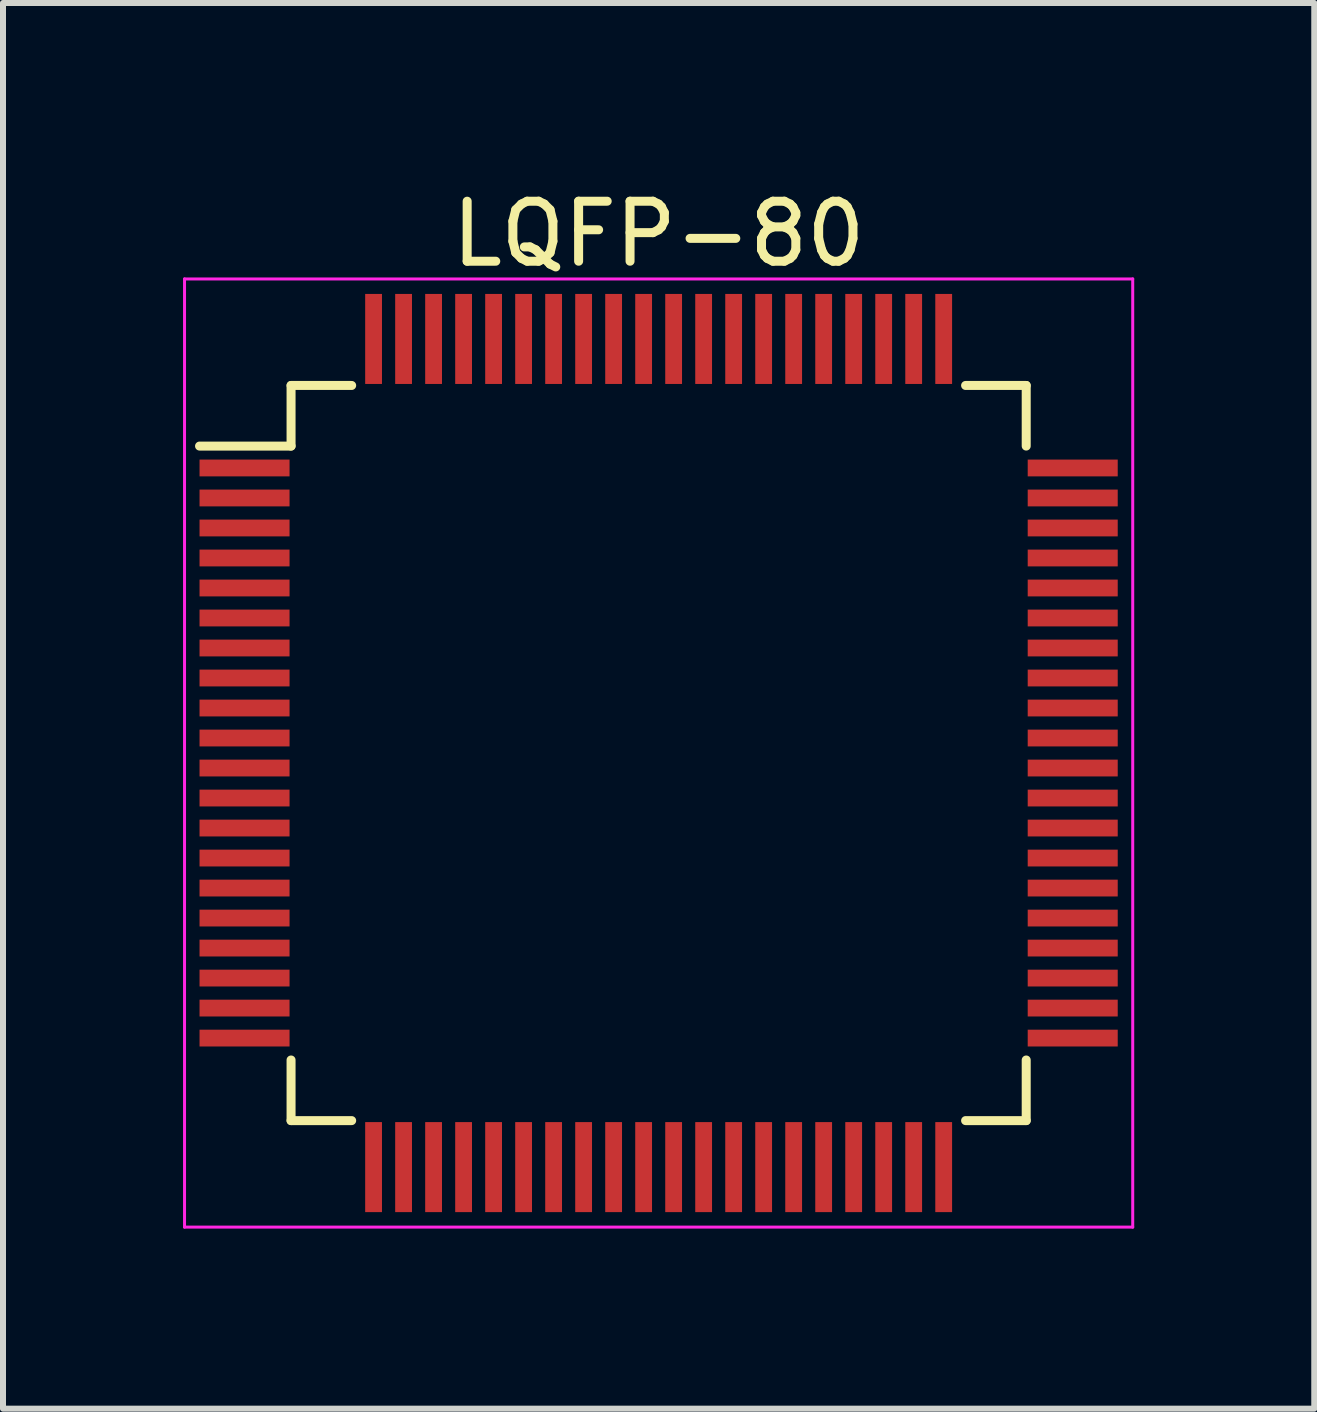
<source format=kicad_pcb>
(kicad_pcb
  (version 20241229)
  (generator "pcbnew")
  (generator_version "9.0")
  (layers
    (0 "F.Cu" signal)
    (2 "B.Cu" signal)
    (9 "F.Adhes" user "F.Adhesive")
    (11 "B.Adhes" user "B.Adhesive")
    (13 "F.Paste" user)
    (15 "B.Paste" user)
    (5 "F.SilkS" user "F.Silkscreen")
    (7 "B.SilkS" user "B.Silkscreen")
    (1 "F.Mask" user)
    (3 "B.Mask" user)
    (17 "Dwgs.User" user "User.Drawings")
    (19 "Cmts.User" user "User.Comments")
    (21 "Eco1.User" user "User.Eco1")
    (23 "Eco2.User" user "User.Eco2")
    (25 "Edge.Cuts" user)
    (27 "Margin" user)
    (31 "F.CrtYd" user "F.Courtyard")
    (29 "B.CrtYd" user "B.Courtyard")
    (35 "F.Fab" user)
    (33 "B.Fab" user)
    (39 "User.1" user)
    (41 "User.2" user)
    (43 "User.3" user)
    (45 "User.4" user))
  (footprint "LQFP-80"
    (layer "F.Cu")
    (at 7.925 9.498)
    (property "Reference" "LQFP-80" (at 0 -8.65 0) (layer "F.SilkS") (effects (font (size 1 1) (thickness 0.15))))
    (attr smd)
    (fp_line (start -6.125 -6.125) (end -6.125 -5.115) (stroke (width 0.15) (type solid)) (layer "F.SilkS"))
    (fp_line (start -6.125 -6.125) (end -5.115 -6.125) (stroke (width 0.15) (type solid)) (layer "F.SilkS"))
    (fp_line (start -6.125 -5.115) (end -7.65 -5.115) (stroke (width 0.15) (type solid)) (layer "F.SilkS"))
    (fp_line (start -6.125 6.125) (end -6.125 5.115) (stroke (width 0.15) (type solid)) (layer "F.SilkS"))
    (fp_line (start -6.125 6.125) (end -5.115 6.125) (stroke (width 0.15) (type solid)) (layer "F.SilkS"))
    (fp_line (start 6.125 -6.125) (end 5.115 -6.125) (stroke (width 0.15) (type solid)) (layer "F.SilkS"))
    (fp_line (start 6.125 -6.125) (end 6.125 -5.115) (stroke (width 0.15) (type solid)) (layer "F.SilkS"))
    (fp_line (start 6.125 6.125) (end 5.115 6.125) (stroke (width 0.15) (type solid)) (layer "F.SilkS"))
    (fp_line (start 6.125 6.125) (end 6.125 5.115) (stroke (width 0.15) (type solid)) (layer "F.SilkS"))
    (fp_line (start -7.9 -7.9) (end -7.9 7.9) (stroke (width 0.05) (type solid)) (layer "F.CrtYd"))
    (fp_line (start -7.9 -7.9) (end 7.9 -7.9) (stroke (width 0.05) (type solid)) (layer "F.CrtYd"))
    (fp_line (start -7.9 7.9) (end 7.9 7.9) (stroke (width 0.05) (type solid)) (layer "F.CrtYd"))
    (fp_line (start 7.9 -7.9) (end 7.9 7.9) (stroke (width 0.05) (type solid)) (layer "F.CrtYd"))
    (pad "1" smd rect (at -6.9 -4.75) (size 1.5 0.28) (layers "F.Cu" "F.Mask" "F.Paste"))
    (pad "2" smd rect (at -6.9 -4.25) (size 1.5 0.28) (layers "F.Cu" "F.Mask" "F.Paste"))
    (pad "3" smd rect (at -6.9 -3.75) (size 1.5 0.28) (layers "F.Cu" "F.Mask" "F.Paste"))
    (pad "4" smd rect (at -6.9 -3.25) (size 1.5 0.28) (layers "F.Cu" "F.Mask" "F.Paste"))
    (pad "5" smd rect (at -6.9 -2.75) (size 1.5 0.28) (layers "F.Cu" "F.Mask" "F.Paste"))
    (pad "6" smd rect (at -6.9 -2.25) (size 1.5 0.28) (layers "F.Cu" "F.Mask" "F.Paste"))
    (pad "7" smd rect (at -6.9 -1.75) (size 1.5 0.28) (layers "F.Cu" "F.Mask" "F.Paste"))
    (pad "8" smd rect (at -6.9 -1.25) (size 1.5 0.28) (layers "F.Cu" "F.Mask" "F.Paste"))
    (pad "9" smd rect (at -6.9 -0.75) (size 1.5 0.28) (layers "F.Cu" "F.Mask" "F.Paste"))
    (pad "10" smd rect (at -6.9 -0.25) (size 1.5 0.28) (layers "F.Cu" "F.Mask" "F.Paste"))
    (pad "11" smd rect (at -6.9 0.25) (size 1.5 0.28) (layers "F.Cu" "F.Mask" "F.Paste"))
    (pad "12" smd rect (at -6.9 0.75) (size 1.5 0.28) (layers "F.Cu" "F.Mask" "F.Paste"))
    (pad "13" smd rect (at -6.9 1.25) (size 1.5 0.28) (layers "F.Cu" "F.Mask" "F.Paste"))
    (pad "14" smd rect (at -6.9 1.75) (size 1.5 0.28) (layers "F.Cu" "F.Mask" "F.Paste"))
    (pad "15" smd rect (at -6.9 2.25) (size 1.5 0.28) (layers "F.Cu" "F.Mask" "F.Paste"))
    (pad "16" smd rect (at -6.9 2.75) (size 1.5 0.28) (layers "F.Cu" "F.Mask" "F.Paste"))
    (pad "17" smd rect (at -6.9 3.25) (size 1.5 0.28) (layers "F.Cu" "F.Mask" "F.Paste"))
    (pad "18" smd rect (at -6.9 3.75) (size 1.5 0.28) (layers "F.Cu" "F.Mask" "F.Paste"))
    (pad "19" smd rect (at -6.9 4.25) (size 1.5 0.28) (layers "F.Cu" "F.Mask" "F.Paste"))
    (pad "20" smd rect (at -6.9 4.75) (size 1.5 0.28) (layers "F.Cu" "F.Mask" "F.Paste"))
    (pad "21" smd rect (at -4.75 6.9 90) (size 1.5 0.28) (layers "F.Cu" "F.Mask" "F.Paste"))
    (pad "22" smd rect (at -4.25 6.9 90) (size 1.5 0.28) (layers "F.Cu" "F.Mask" "F.Paste"))
    (pad "23" smd rect (at -3.75 6.9 90) (size 1.5 0.28) (layers "F.Cu" "F.Mask" "F.Paste"))
    (pad "24" smd rect (at -3.25 6.9 90) (size 1.5 0.28) (layers "F.Cu" "F.Mask" "F.Paste"))
    (pad "25" smd rect (at -2.75 6.9 90) (size 1.5 0.28) (layers "F.Cu" "F.Mask" "F.Paste"))
    (pad "26" smd rect (at -2.25 6.9 90) (size 1.5 0.28) (layers "F.Cu" "F.Mask" "F.Paste"))
    (pad "27" smd rect (at -1.75 6.9 90) (size 1.5 0.28) (layers "F.Cu" "F.Mask" "F.Paste"))
    (pad "28" smd rect (at -1.25 6.9 90) (size 1.5 0.28) (layers "F.Cu" "F.Mask" "F.Paste"))
    (pad "29" smd rect (at -0.75 6.9 90) (size 1.5 0.28) (layers "F.Cu" "F.Mask" "F.Paste"))
    (pad "30" smd rect (at -0.25 6.9 90) (size 1.5 0.28) (layers "F.Cu" "F.Mask" "F.Paste"))
    (pad "31" smd rect (at 0.25 6.9 90) (size 1.5 0.28) (layers "F.Cu" "F.Mask" "F.Paste"))
    (pad "32" smd rect (at 0.75 6.9 90) (size 1.5 0.28) (layers "F.Cu" "F.Mask" "F.Paste"))
    (pad "33" smd rect (at 1.25 6.9 90) (size 1.5 0.28) (layers "F.Cu" "F.Mask" "F.Paste"))
    (pad "34" smd rect (at 1.75 6.9 90) (size 1.5 0.28) (layers "F.Cu" "F.Mask" "F.Paste"))
    (pad "35" smd rect (at 2.25 6.9 90) (size 1.5 0.28) (layers "F.Cu" "F.Mask" "F.Paste"))
    (pad "36" smd rect (at 2.75 6.9 90) (size 1.5 0.28) (layers "F.Cu" "F.Mask" "F.Paste"))
    (pad "37" smd rect (at 3.25 6.9 90) (size 1.5 0.28) (layers "F.Cu" "F.Mask" "F.Paste"))
    (pad "38" smd rect (at 3.75 6.9 90) (size 1.5 0.28) (layers "F.Cu" "F.Mask" "F.Paste"))
    (pad "39" smd rect (at 4.25 6.9 90) (size 1.5 0.28) (layers "F.Cu" "F.Mask" "F.Paste"))
    (pad "40" smd rect (at 4.75 6.9 90) (size 1.5 0.28) (layers "F.Cu" "F.Mask" "F.Paste"))
    (pad "41" smd rect (at 6.9 4.75) (size 1.5 0.28) (layers "F.Cu" "F.Mask" "F.Paste"))
    (pad "42" smd rect (at 6.9 4.25) (size 1.5 0.28) (layers "F.Cu" "F.Mask" "F.Paste"))
    (pad "43" smd rect (at 6.9 3.75) (size 1.5 0.28) (layers "F.Cu" "F.Mask" "F.Paste"))
    (pad "44" smd rect (at 6.9 3.25) (size 1.5 0.28) (layers "F.Cu" "F.Mask" "F.Paste"))
    (pad "45" smd rect (at 6.9 2.75) (size 1.5 0.28) (layers "F.Cu" "F.Mask" "F.Paste"))
    (pad "46" smd rect (at 6.9 2.25) (size 1.5 0.28) (layers "F.Cu" "F.Mask" "F.Paste"))
    (pad "47" smd rect (at 6.9 1.75) (size 1.5 0.28) (layers "F.Cu" "F.Mask" "F.Paste"))
    (pad "48" smd rect (at 6.9 1.25) (size 1.5 0.28) (layers "F.Cu" "F.Mask" "F.Paste"))
    (pad "49" smd rect (at 6.9 0.75) (size 1.5 0.28) (layers "F.Cu" "F.Mask" "F.Paste"))
    (pad "50" smd rect (at 6.9 0.25) (size 1.5 0.28) (layers "F.Cu" "F.Mask" "F.Paste"))
    (pad "51" smd rect (at 6.9 -0.25) (size 1.5 0.28) (layers "F.Cu" "F.Mask" "F.Paste"))
    (pad "52" smd rect (at 6.9 -0.75) (size 1.5 0.28) (layers "F.Cu" "F.Mask" "F.Paste"))
    (pad "53" smd rect (at 6.9 -1.25) (size 1.5 0.28) (layers "F.Cu" "F.Mask" "F.Paste"))
    (pad "54" smd rect (at 6.9 -1.75) (size 1.5 0.28) (layers "F.Cu" "F.Mask" "F.Paste"))
    (pad "55" smd rect (at 6.9 -2.25) (size 1.5 0.28) (layers "F.Cu" "F.Mask" "F.Paste"))
    (pad "56" smd rect (at 6.9 -2.75) (size 1.5 0.28) (layers "F.Cu" "F.Mask" "F.Paste"))
    (pad "57" smd rect (at 6.9 -3.25) (size 1.5 0.28) (layers "F.Cu" "F.Mask" "F.Paste"))
    (pad "58" smd rect (at 6.9 -3.75) (size 1.5 0.28) (layers "F.Cu" "F.Mask" "F.Paste"))
    (pad "59" smd rect (at 6.9 -4.25) (size 1.5 0.28) (layers "F.Cu" "F.Mask" "F.Paste"))
    (pad "60" smd rect (at 6.9 -4.75) (size 1.5 0.28) (layers "F.Cu" "F.Mask" "F.Paste"))
    (pad "61" smd rect (at 4.75 -6.9 90) (size 1.5 0.28) (layers "F.Cu" "F.Mask" "F.Paste"))
    (pad "62" smd rect (at 4.25 -6.9 90) (size 1.5 0.28) (layers "F.Cu" "F.Mask" "F.Paste"))
    (pad "63" smd rect (at 3.75 -6.9 90) (size 1.5 0.28) (layers "F.Cu" "F.Mask" "F.Paste"))
    (pad "64" smd rect (at 3.25 -6.9 90) (size 1.5 0.28) (layers "F.Cu" "F.Mask" "F.Paste"))
    (pad "65" smd rect (at 2.75 -6.9 90) (size 1.5 0.28) (layers "F.Cu" "F.Mask" "F.Paste"))
    (pad "66" smd rect (at 2.25 -6.9 90) (size 1.5 0.28) (layers "F.Cu" "F.Mask" "F.Paste"))
    (pad "67" smd rect (at 1.75 -6.9 90) (size 1.5 0.28) (layers "F.Cu" "F.Mask" "F.Paste"))
    (pad "68" smd rect (at 1.25 -6.9 90) (size 1.5 0.28) (layers "F.Cu" "F.Mask" "F.Paste"))
    (pad "69" smd rect (at 0.75 -6.9 90) (size 1.5 0.28) (layers "F.Cu" "F.Mask" "F.Paste"))
    (pad "70" smd rect (at 0.25 -6.9 90) (size 1.5 0.28) (layers "F.Cu" "F.Mask" "F.Paste"))
    (pad "71" smd rect (at -0.25 -6.9 90) (size 1.5 0.28) (layers "F.Cu" "F.Mask" "F.Paste"))
    (pad "72" smd rect (at -0.75 -6.9 90) (size 1.5 0.28) (layers "F.Cu" "F.Mask" "F.Paste"))
    (pad "73" smd rect (at -1.25 -6.9 90) (size 1.5 0.28) (layers "F.Cu" "F.Mask" "F.Paste"))
    (pad "74" smd rect (at -1.75 -6.9 90) (size 1.5 0.28) (layers "F.Cu" "F.Mask" "F.Paste"))
    (pad "75" smd rect (at -2.25 -6.9 90) (size 1.5 0.28) (layers "F.Cu" "F.Mask" "F.Paste"))
    (pad "76" smd rect (at -2.75 -6.9 90) (size 1.5 0.28) (layers "F.Cu" "F.Mask" "F.Paste"))
    (pad "77" smd rect (at -3.25 -6.9 90) (size 1.5 0.28) (layers "F.Cu" "F.Mask" "F.Paste"))
    (pad "78" smd rect (at -3.75 -6.9 90) (size 1.5 0.28) (layers "F.Cu" "F.Mask" "F.Paste"))
    (pad "79" smd rect (at -4.25 -6.9 90) (size 1.5 0.28) (layers "F.Cu" "F.Mask" "F.Paste"))
    (pad "80" smd rect (at -4.75 -6.9 90) (size 1.5 0.28) (layers "F.Cu" "F.Mask" "F.Paste")))
  (gr_rect
    (start -3 -3)
    (end 18.85 20.423)
    (stroke (width 0.1) (type default))
    (fill no)
    (layer "Edge.Cuts")))
</source>
